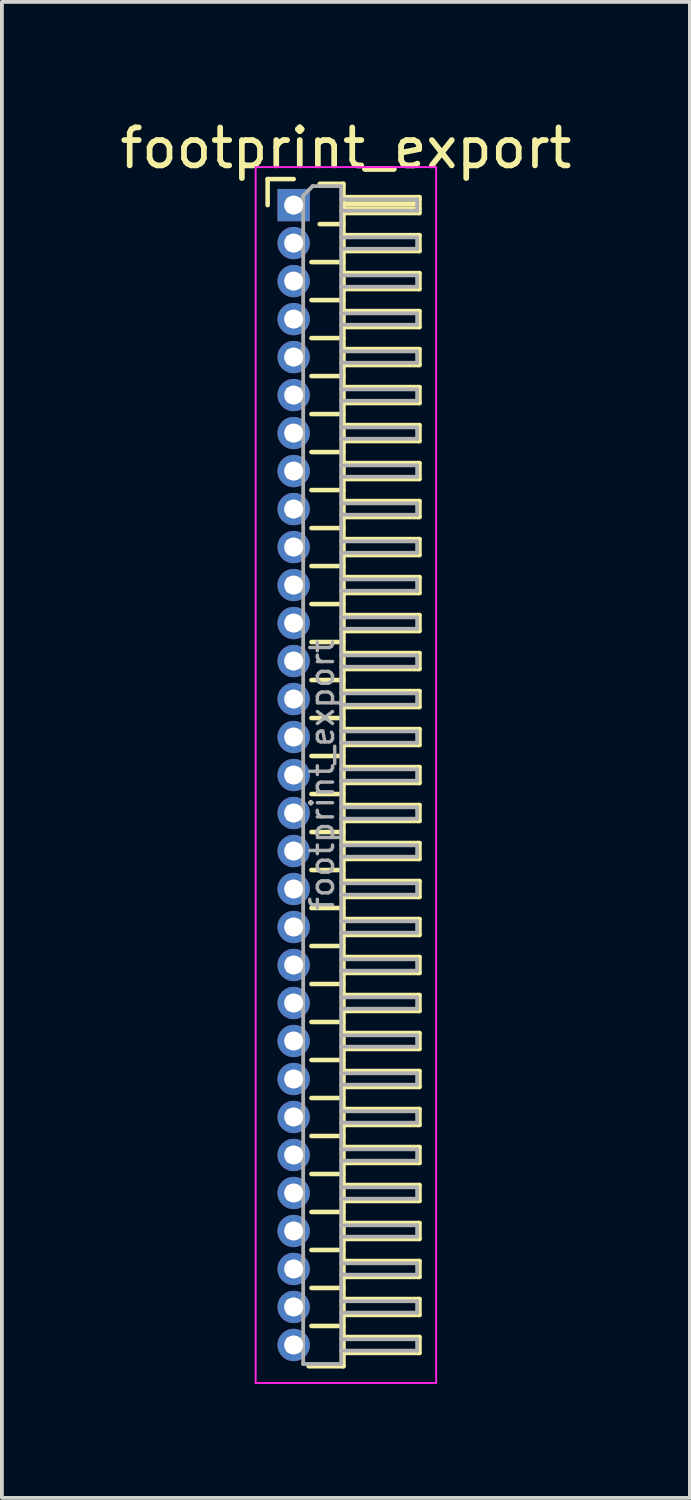
<source format=kicad_pcb>
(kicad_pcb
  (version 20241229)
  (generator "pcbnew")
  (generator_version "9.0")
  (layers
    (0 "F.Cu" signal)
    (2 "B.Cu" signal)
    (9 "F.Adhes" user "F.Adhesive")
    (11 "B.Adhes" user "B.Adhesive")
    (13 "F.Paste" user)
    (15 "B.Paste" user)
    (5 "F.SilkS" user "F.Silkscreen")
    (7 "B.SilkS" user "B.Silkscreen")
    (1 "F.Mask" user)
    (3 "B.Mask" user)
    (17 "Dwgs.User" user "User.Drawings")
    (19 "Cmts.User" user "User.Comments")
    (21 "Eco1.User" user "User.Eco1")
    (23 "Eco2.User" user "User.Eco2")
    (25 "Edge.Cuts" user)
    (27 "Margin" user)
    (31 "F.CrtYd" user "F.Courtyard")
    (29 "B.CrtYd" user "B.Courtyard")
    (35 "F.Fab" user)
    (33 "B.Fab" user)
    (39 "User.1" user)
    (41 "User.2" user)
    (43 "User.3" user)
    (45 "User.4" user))
  (footprint "footprint_export"
    (layer "F.Cu")
    (at 4.679 2.348)
    (property "Reference" "footprint_export" (at 1.375 -1.5 0) (layer "F.SilkS") (effects (font (size 1 1) (thickness 0.15))))
    (attr through_hole)
    (fp_line (start -0.685 -0.685) (end 0 -0.685) (stroke (width 0.12) (type solid)) (layer "F.SilkS"))
    (fp_line (start -0.685 0) (end -0.685 -0.685) (stroke (width 0.12) (type solid)) (layer "F.SilkS"))
    (fp_line (start 0.468 1.5) (end 1.31 1.5) (stroke (width 0.12) (type solid)) (layer "F.SilkS"))
    (fp_line (start 0.468 2.5) (end 1.31 2.5) (stroke (width 0.12) (type solid)) (layer "F.SilkS"))
    (fp_line (start 0.468 3.5) (end 1.31 3.5) (stroke (width 0.12) (type solid)) (layer "F.SilkS"))
    (fp_line (start 0.468 4.5) (end 1.31 4.5) (stroke (width 0.12) (type solid)) (layer "F.SilkS"))
    (fp_line (start 0.468 5.5) (end 1.31 5.5) (stroke (width 0.12) (type solid)) (layer "F.SilkS"))
    (fp_line (start 0.468 6.5) (end 1.31 6.5) (stroke (width 0.12) (type solid)) (layer "F.SilkS"))
    (fp_line (start 0.468 7.5) (end 1.31 7.5) (stroke (width 0.12) (type solid)) (layer "F.SilkS"))
    (fp_line (start 0.468 8.5) (end 1.31 8.5) (stroke (width 0.12) (type solid)) (layer "F.SilkS"))
    (fp_line (start 0.468 9.5) (end 1.31 9.5) (stroke (width 0.12) (type solid)) (layer "F.SilkS"))
    (fp_line (start 0.468 10.5) (end 1.31 10.5) (stroke (width 0.12) (type solid)) (layer "F.SilkS"))
    (fp_line (start 0.468 11.5) (end 1.31 11.5) (stroke (width 0.12) (type solid)) (layer "F.SilkS"))
    (fp_line (start 0.468 12.5) (end 1.31 12.5) (stroke (width 0.12) (type solid)) (layer "F.SilkS"))
    (fp_line (start 0.468 13.5) (end 1.31 13.5) (stroke (width 0.12) (type solid)) (layer "F.SilkS"))
    (fp_line (start 0.468 14.5) (end 1.31 14.5) (stroke (width 0.12) (type solid)) (layer "F.SilkS"))
    (fp_line (start 0.468 15.5) (end 1.31 15.5) (stroke (width 0.12) (type solid)) (layer "F.SilkS"))
    (fp_line (start 0.468 16.5) (end 1.31 16.5) (stroke (width 0.12) (type solid)) (layer "F.SilkS"))
    (fp_line (start 0.468 17.5) (end 1.31 17.5) (stroke (width 0.12) (type solid)) (layer "F.SilkS"))
    (fp_line (start 0.468 18.5) (end 1.31 18.5) (stroke (width 0.12) (type solid)) (layer "F.SilkS"))
    (fp_line (start 0.468 19.5) (end 1.31 19.5) (stroke (width 0.12) (type solid)) (layer "F.SilkS"))
    (fp_line (start 0.468 20.5) (end 1.31 20.5) (stroke (width 0.12) (type solid)) (layer "F.SilkS"))
    (fp_line (start 0.468 21.5) (end 1.31 21.5) (stroke (width 0.12) (type solid)) (layer "F.SilkS"))
    (fp_line (start 0.468 22.5) (end 1.31 22.5) (stroke (width 0.12) (type solid)) (layer "F.SilkS"))
    (fp_line (start 0.468 23.5) (end 1.31 23.5) (stroke (width 0.12) (type solid)) (layer "F.SilkS"))
    (fp_line (start 0.468 24.5) (end 1.31 24.5) (stroke (width 0.12) (type solid)) (layer "F.SilkS"))
    (fp_line (start 0.468 25.5) (end 1.31 25.5) (stroke (width 0.12) (type solid)) (layer "F.SilkS"))
    (fp_line (start 0.468 26.5) (end 1.31 26.5) (stroke (width 0.12) (type solid)) (layer "F.SilkS"))
    (fp_line (start 0.468 27.5) (end 1.31 27.5) (stroke (width 0.12) (type solid)) (layer "F.SilkS"))
    (fp_line (start 0.468 28.5) (end 1.31 28.5) (stroke (width 0.12) (type solid)) (layer "F.SilkS"))
    (fp_line (start 0.468 29.5) (end 1.31 29.5) (stroke (width 0.12) (type solid)) (layer "F.SilkS"))
    (fp_line (start 0.685 -0.56) (end 1.31 -0.56) (stroke (width 0.12) (type solid)) (layer "F.SilkS"))
    (fp_line (start 0.685 0.5) (end 1.31 0.5) (stroke (width 0.12) (type solid)) (layer "F.SilkS"))
    (fp_line (start 1.31 -0.56) (end 1.31 30.56) (stroke (width 0.12) (type solid)) (layer "F.SilkS"))
    (fp_line (start 1.31 -0.21) (end 3.31 -0.21) (stroke (width 0.12) (type solid)) (layer "F.SilkS"))
    (fp_line (start 1.31 -0.15) (end 3.31 -0.15) (stroke (width 0.12) (type solid)) (layer "F.SilkS"))
    (fp_line (start 1.31 -0.03) (end 3.31 -0.03) (stroke (width 0.12) (type solid)) (layer "F.SilkS"))
    (fp_line (start 1.31 0.09) (end 3.31 0.09) (stroke (width 0.12) (type solid)) (layer "F.SilkS"))
    (fp_line (start 1.31 0.79) (end 3.31 0.79) (stroke (width 0.12) (type solid)) (layer "F.SilkS"))
    (fp_line (start 1.31 1.79) (end 3.31 1.79) (stroke (width 0.12) (type solid)) (layer "F.SilkS"))
    (fp_line (start 1.31 2.79) (end 3.31 2.79) (stroke (width 0.12) (type solid)) (layer "F.SilkS"))
    (fp_line (start 1.31 3.79) (end 3.31 3.79) (stroke (width 0.12) (type solid)) (layer "F.SilkS"))
    (fp_line (start 1.31 4.79) (end 3.31 4.79) (stroke (width 0.12) (type solid)) (layer "F.SilkS"))
    (fp_line (start 1.31 5.79) (end 3.31 5.79) (stroke (width 0.12) (type solid)) (layer "F.SilkS"))
    (fp_line (start 1.31 6.79) (end 3.31 6.79) (stroke (width 0.12) (type solid)) (layer "F.SilkS"))
    (fp_line (start 1.31 7.79) (end 3.31 7.79) (stroke (width 0.12) (type solid)) (layer "F.SilkS"))
    (fp_line (start 1.31 8.79) (end 3.31 8.79) (stroke (width 0.12) (type solid)) (layer "F.SilkS"))
    (fp_line (start 1.31 9.79) (end 3.31 9.79) (stroke (width 0.12) (type solid)) (layer "F.SilkS"))
    (fp_line (start 1.31 10.79) (end 3.31 10.79) (stroke (width 0.12) (type solid)) (layer "F.SilkS"))
    (fp_line (start 1.31 11.79) (end 3.31 11.79) (stroke (width 0.12) (type solid)) (layer "F.SilkS"))
    (fp_line (start 1.31 12.79) (end 3.31 12.79) (stroke (width 0.12) (type solid)) (layer "F.SilkS"))
    (fp_line (start 1.31 13.79) (end 3.31 13.79) (stroke (width 0.12) (type solid)) (layer "F.SilkS"))
    (fp_line (start 1.31 14.79) (end 3.31 14.79) (stroke (width 0.12) (type solid)) (layer "F.SilkS"))
    (fp_line (start 1.31 15.79) (end 3.31 15.79) (stroke (width 0.12) (type solid)) (layer "F.SilkS"))
    (fp_line (start 1.31 16.79) (end 3.31 16.79) (stroke (width 0.12) (type solid)) (layer "F.SilkS"))
    (fp_line (start 1.31 17.79) (end 3.31 17.79) (stroke (width 0.12) (type solid)) (layer "F.SilkS"))
    (fp_line (start 1.31 18.79) (end 3.31 18.79) (stroke (width 0.12) (type solid)) (layer "F.SilkS"))
    (fp_line (start 1.31 19.79) (end 3.31 19.79) (stroke (width 0.12) (type solid)) (layer "F.SilkS"))
    (fp_line (start 1.31 20.79) (end 3.31 20.79) (stroke (width 0.12) (type solid)) (layer "F.SilkS"))
    (fp_line (start 1.31 21.79) (end 3.31 21.79) (stroke (width 0.12) (type solid)) (layer "F.SilkS"))
    (fp_line (start 1.31 22.79) (end 3.31 22.79) (stroke (width 0.12) (type solid)) (layer "F.SilkS"))
    (fp_line (start 1.31 23.79) (end 3.31 23.79) (stroke (width 0.12) (type solid)) (layer "F.SilkS"))
    (fp_line (start 1.31 24.79) (end 3.31 24.79) (stroke (width 0.12) (type solid)) (layer "F.SilkS"))
    (fp_line (start 1.31 25.79) (end 3.31 25.79) (stroke (width 0.12) (type solid)) (layer "F.SilkS"))
    (fp_line (start 1.31 26.79) (end 3.31 26.79) (stroke (width 0.12) (type solid)) (layer "F.SilkS"))
    (fp_line (start 1.31 27.79) (end 3.31 27.79) (stroke (width 0.12) (type solid)) (layer "F.SilkS"))
    (fp_line (start 1.31 28.79) (end 3.31 28.79) (stroke (width 0.12) (type solid)) (layer "F.SilkS"))
    (fp_line (start 1.31 29.79) (end 3.31 29.79) (stroke (width 0.12) (type solid)) (layer "F.SilkS"))
    (fp_line (start 1.31 30.56) (end 0.394 30.56) (stroke (width 0.12) (type solid)) (layer "F.SilkS"))
    (fp_line (start 3.31 -0.21) (end 3.31 0.21) (stroke (width 0.12) (type solid)) (layer "F.SilkS"))
    (fp_line (start 3.31 0.21) (end 1.31 0.21) (stroke (width 0.12) (type solid)) (layer "F.SilkS"))
    (fp_line (start 3.31 0.79) (end 3.31 1.21) (stroke (width 0.12) (type solid)) (layer "F.SilkS"))
    (fp_line (start 3.31 1.21) (end 1.31 1.21) (stroke (width 0.12) (type solid)) (layer "F.SilkS"))
    (fp_line (start 3.31 1.79) (end 3.31 2.21) (stroke (width 0.12) (type solid)) (layer "F.SilkS"))
    (fp_line (start 3.31 2.21) (end 1.31 2.21) (stroke (width 0.12) (type solid)) (layer "F.SilkS"))
    (fp_line (start 3.31 2.79) (end 3.31 3.21) (stroke (width 0.12) (type solid)) (layer "F.SilkS"))
    (fp_line (start 3.31 3.21) (end 1.31 3.21) (stroke (width 0.12) (type solid)) (layer "F.SilkS"))
    (fp_line (start 3.31 3.79) (end 3.31 4.21) (stroke (width 0.12) (type solid)) (layer "F.SilkS"))
    (fp_line (start 3.31 4.21) (end 1.31 4.21) (stroke (width 0.12) (type solid)) (layer "F.SilkS"))
    (fp_line (start 3.31 4.79) (end 3.31 5.21) (stroke (width 0.12) (type solid)) (layer "F.SilkS"))
    (fp_line (start 3.31 5.21) (end 1.31 5.21) (stroke (width 0.12) (type solid)) (layer "F.SilkS"))
    (fp_line (start 3.31 5.79) (end 3.31 6.21) (stroke (width 0.12) (type solid)) (layer "F.SilkS"))
    (fp_line (start 3.31 6.21) (end 1.31 6.21) (stroke (width 0.12) (type solid)) (layer "F.SilkS"))
    (fp_line (start 3.31 6.79) (end 3.31 7.21) (stroke (width 0.12) (type solid)) (layer "F.SilkS"))
    (fp_line (start 3.31 7.21) (end 1.31 7.21) (stroke (width 0.12) (type solid)) (layer "F.SilkS"))
    (fp_line (start 3.31 7.79) (end 3.31 8.21) (stroke (width 0.12) (type solid)) (layer "F.SilkS"))
    (fp_line (start 3.31 8.21) (end 1.31 8.21) (stroke (width 0.12) (type solid)) (layer "F.SilkS"))
    (fp_line (start 3.31 8.79) (end 3.31 9.21) (stroke (width 0.12) (type solid)) (layer "F.SilkS"))
    (fp_line (start 3.31 9.21) (end 1.31 9.21) (stroke (width 0.12) (type solid)) (layer "F.SilkS"))
    (fp_line (start 3.31 9.79) (end 3.31 10.21) (stroke (width 0.12) (type solid)) (layer "F.SilkS"))
    (fp_line (start 3.31 10.21) (end 1.31 10.21) (stroke (width 0.12) (type solid)) (layer "F.SilkS"))
    (fp_line (start 3.31 10.79) (end 3.31 11.21) (stroke (width 0.12) (type solid)) (layer "F.SilkS"))
    (fp_line (start 3.31 11.21) (end 1.31 11.21) (stroke (width 0.12) (type solid)) (layer "F.SilkS"))
    (fp_line (start 3.31 11.79) (end 3.31 12.21) (stroke (width 0.12) (type solid)) (layer "F.SilkS"))
    (fp_line (start 3.31 12.21) (end 1.31 12.21) (stroke (width 0.12) (type solid)) (layer "F.SilkS"))
    (fp_line (start 3.31 12.79) (end 3.31 13.21) (stroke (width 0.12) (type solid)) (layer "F.SilkS"))
    (fp_line (start 3.31 13.21) (end 1.31 13.21) (stroke (width 0.12) (type solid)) (layer "F.SilkS"))
    (fp_line (start 3.31 13.79) (end 3.31 14.21) (stroke (width 0.12) (type solid)) (layer "F.SilkS"))
    (fp_line (start 3.31 14.21) (end 1.31 14.21) (stroke (width 0.12) (type solid)) (layer "F.SilkS"))
    (fp_line (start 3.31 14.79) (end 3.31 15.21) (stroke (width 0.12) (type solid)) (layer "F.SilkS"))
    (fp_line (start 3.31 15.21) (end 1.31 15.21) (stroke (width 0.12) (type solid)) (layer "F.SilkS"))
    (fp_line (start 3.31 15.79) (end 3.31 16.21) (stroke (width 0.12) (type solid)) (layer "F.SilkS"))
    (fp_line (start 3.31 16.21) (end 1.31 16.21) (stroke (width 0.12) (type solid)) (layer "F.SilkS"))
    (fp_line (start 3.31 16.79) (end 3.31 17.21) (stroke (width 0.12) (type solid)) (layer "F.SilkS"))
    (fp_line (start 3.31 17.21) (end 1.31 17.21) (stroke (width 0.12) (type solid)) (layer "F.SilkS"))
    (fp_line (start 3.31 17.79) (end 3.31 18.21) (stroke (width 0.12) (type solid)) (layer "F.SilkS"))
    (fp_line (start 3.31 18.21) (end 1.31 18.21) (stroke (width 0.12) (type solid)) (layer "F.SilkS"))
    (fp_line (start 3.31 18.79) (end 3.31 19.21) (stroke (width 0.12) (type solid)) (layer "F.SilkS"))
    (fp_line (start 3.31 19.21) (end 1.31 19.21) (stroke (width 0.12) (type solid)) (layer "F.SilkS"))
    (fp_line (start 3.31 19.79) (end 3.31 20.21) (stroke (width 0.12) (type solid)) (layer "F.SilkS"))
    (fp_line (start 3.31 20.21) (end 1.31 20.21) (stroke (width 0.12) (type solid)) (layer "F.SilkS"))
    (fp_line (start 3.31 20.79) (end 3.31 21.21) (stroke (width 0.12) (type solid)) (layer "F.SilkS"))
    (fp_line (start 3.31 21.21) (end 1.31 21.21) (stroke (width 0.12) (type solid)) (layer "F.SilkS"))
    (fp_line (start 3.31 21.79) (end 3.31 22.21) (stroke (width 0.12) (type solid)) (layer "F.SilkS"))
    (fp_line (start 3.31 22.21) (end 1.31 22.21) (stroke (width 0.12) (type solid)) (layer "F.SilkS"))
    (fp_line (start 3.31 22.79) (end 3.31 23.21) (stroke (width 0.12) (type solid)) (layer "F.SilkS"))
    (fp_line (start 3.31 23.21) (end 1.31 23.21) (stroke (width 0.12) (type solid)) (layer "F.SilkS"))
    (fp_line (start 3.31 23.79) (end 3.31 24.21) (stroke (width 0.12) (type solid)) (layer "F.SilkS"))
    (fp_line (start 3.31 24.21) (end 1.31 24.21) (stroke (width 0.12) (type solid)) (layer "F.SilkS"))
    (fp_line (start 3.31 24.79) (end 3.31 25.21) (stroke (width 0.12) (type solid)) (layer "F.SilkS"))
    (fp_line (start 3.31 25.21) (end 1.31 25.21) (stroke (width 0.12) (type solid)) (layer "F.SilkS"))
    (fp_line (start 3.31 25.79) (end 3.31 26.21) (stroke (width 0.12) (type solid)) (layer "F.SilkS"))
    (fp_line (start 3.31 26.21) (end 1.31 26.21) (stroke (width 0.12) (type solid)) (layer "F.SilkS"))
    (fp_line (start 3.31 26.79) (end 3.31 27.21) (stroke (width 0.12) (type solid)) (layer "F.SilkS"))
    (fp_line (start 3.31 27.21) (end 1.31 27.21) (stroke (width 0.12) (type solid)) (layer "F.SilkS"))
    (fp_line (start 3.31 27.79) (end 3.31 28.21) (stroke (width 0.12) (type solid)) (layer "F.SilkS"))
    (fp_line (start 3.31 28.21) (end 1.31 28.21) (stroke (width 0.12) (type solid)) (layer "F.SilkS"))
    (fp_line (start 3.31 28.79) (end 3.31 29.21) (stroke (width 0.12) (type solid)) (layer "F.SilkS"))
    (fp_line (start 3.31 29.21) (end 1.31 29.21) (stroke (width 0.12) (type solid)) (layer "F.SilkS"))
    (fp_line (start 3.31 29.79) (end 3.31 30.21) (stroke (width 0.12) (type solid)) (layer "F.SilkS"))
    (fp_line (start 3.31 30.21) (end 1.31 30.21) (stroke (width 0.12) (type solid)) (layer "F.SilkS"))
    (fp_line (start -1 -1) (end -1 31) (stroke (width 0.05) (type solid)) (layer "F.CrtYd"))
    (fp_line (start -1 31) (end 3.75 31) (stroke (width 0.05) (type solid)) (layer "F.CrtYd"))
    (fp_line (start 3.75 -1) (end -1 -1) (stroke (width 0.05) (type solid)) (layer "F.CrtYd"))
    (fp_line (start 3.75 31) (end 3.75 -1) (stroke (width 0.05) (type solid)) (layer "F.CrtYd"))
    (fp_line (start -0.15 -0.15) (end -0.15 0.15) (stroke (width 0.1) (type solid)) (layer "F.Fab"))
    (fp_line (start -0.15 -0.15) (end 0.25 -0.15) (stroke (width 0.1) (type solid)) (layer "F.Fab"))
    (fp_line (start -0.15 0.15) (end 0.25 0.15) (stroke (width 0.1) (type solid)) (layer "F.Fab"))
    (fp_line (start -0.15 0.85) (end -0.15 1.15) (stroke (width 0.1) (type solid)) (layer "F.Fab"))
    (fp_line (start -0.15 0.85) (end 0.25 0.85) (stroke (width 0.1) (type solid)) (layer "F.Fab"))
    (fp_line (start -0.15 1.15) (end 0.25 1.15) (stroke (width 0.1) (type solid)) (layer "F.Fab"))
    (fp_line (start -0.15 1.85) (end -0.15 2.15) (stroke (width 0.1) (type solid)) (layer "F.Fab"))
    (fp_line (start -0.15 1.85) (end 0.25 1.85) (stroke (width 0.1) (type solid)) (layer "F.Fab"))
    (fp_line (start -0.15 2.15) (end 0.25 2.15) (stroke (width 0.1) (type solid)) (layer "F.Fab"))
    (fp_line (start -0.15 2.85) (end -0.15 3.15) (stroke (width 0.1) (type solid)) (layer "F.Fab"))
    (fp_line (start -0.15 2.85) (end 0.25 2.85) (stroke (width 0.1) (type solid)) (layer "F.Fab"))
    (fp_line (start -0.15 3.15) (end 0.25 3.15) (stroke (width 0.1) (type solid)) (layer "F.Fab"))
    (fp_line (start -0.15 3.85) (end -0.15 4.15) (stroke (width 0.1) (type solid)) (layer "F.Fab"))
    (fp_line (start -0.15 3.85) (end 0.25 3.85) (stroke (width 0.1) (type solid)) (layer "F.Fab"))
    (fp_line (start -0.15 4.15) (end 0.25 4.15) (stroke (width 0.1) (type solid)) (layer "F.Fab"))
    (fp_line (start -0.15 4.85) (end -0.15 5.15) (stroke (width 0.1) (type solid)) (layer "F.Fab"))
    (fp_line (start -0.15 4.85) (end 0.25 4.85) (stroke (width 0.1) (type solid)) (layer "F.Fab"))
    (fp_line (start -0.15 5.15) (end 0.25 5.15) (stroke (width 0.1) (type solid)) (layer "F.Fab"))
    (fp_line (start -0.15 5.85) (end -0.15 6.15) (stroke (width 0.1) (type solid)) (layer "F.Fab"))
    (fp_line (start -0.15 5.85) (end 0.25 5.85) (stroke (width 0.1) (type solid)) (layer "F.Fab"))
    (fp_line (start -0.15 6.15) (end 0.25 6.15) (stroke (width 0.1) (type solid)) (layer "F.Fab"))
    (fp_line (start -0.15 6.85) (end -0.15 7.15) (stroke (width 0.1) (type solid)) (layer "F.Fab"))
    (fp_line (start -0.15 6.85) (end 0.25 6.85) (stroke (width 0.1) (type solid)) (layer "F.Fab"))
    (fp_line (start -0.15 7.15) (end 0.25 7.15) (stroke (width 0.1) (type solid)) (layer "F.Fab"))
    (fp_line (start -0.15 7.85) (end -0.15 8.15) (stroke (width 0.1) (type solid)) (layer "F.Fab"))
    (fp_line (start -0.15 7.85) (end 0.25 7.85) (stroke (width 0.1) (type solid)) (layer "F.Fab"))
    (fp_line (start -0.15 8.15) (end 0.25 8.15) (stroke (width 0.1) (type solid)) (layer "F.Fab"))
    (fp_line (start -0.15 8.85) (end -0.15 9.15) (stroke (width 0.1) (type solid)) (layer "F.Fab"))
    (fp_line (start -0.15 8.85) (end 0.25 8.85) (stroke (width 0.1) (type solid)) (layer "F.Fab"))
    (fp_line (start -0.15 9.15) (end 0.25 9.15) (stroke (width 0.1) (type solid)) (layer "F.Fab"))
    (fp_line (start -0.15 9.85) (end -0.15 10.15) (stroke (width 0.1) (type solid)) (layer "F.Fab"))
    (fp_line (start -0.15 9.85) (end 0.25 9.85) (stroke (width 0.1) (type solid)) (layer "F.Fab"))
    (fp_line (start -0.15 10.15) (end 0.25 10.15) (stroke (width 0.1) (type solid)) (layer "F.Fab"))
    (fp_line (start -0.15 10.85) (end -0.15 11.15) (stroke (width 0.1) (type solid)) (layer "F.Fab"))
    (fp_line (start -0.15 10.85) (end 0.25 10.85) (stroke (width 0.1) (type solid)) (layer "F.Fab"))
    (fp_line (start -0.15 11.15) (end 0.25 11.15) (stroke (width 0.1) (type solid)) (layer "F.Fab"))
    (fp_line (start -0.15 11.85) (end -0.15 12.15) (stroke (width 0.1) (type solid)) (layer "F.Fab"))
    (fp_line (start -0.15 11.85) (end 0.25 11.85) (stroke (width 0.1) (type solid)) (layer "F.Fab"))
    (fp_line (start -0.15 12.15) (end 0.25 12.15) (stroke (width 0.1) (type solid)) (layer "F.Fab"))
    (fp_line (start -0.15 12.85) (end -0.15 13.15) (stroke (width 0.1) (type solid)) (layer "F.Fab"))
    (fp_line (start -0.15 12.85) (end 0.25 12.85) (stroke (width 0.1) (type solid)) (layer "F.Fab"))
    (fp_line (start -0.15 13.15) (end 0.25 13.15) (stroke (width 0.1) (type solid)) (layer "F.Fab"))
    (fp_line (start -0.15 13.85) (end -0.15 14.15) (stroke (width 0.1) (type solid)) (layer "F.Fab"))
    (fp_line (start -0.15 13.85) (end 0.25 13.85) (stroke (width 0.1) (type solid)) (layer "F.Fab"))
    (fp_line (start -0.15 14.15) (end 0.25 14.15) (stroke (width 0.1) (type solid)) (layer "F.Fab"))
    (fp_line (start -0.15 14.85) (end -0.15 15.15) (stroke (width 0.1) (type solid)) (layer "F.Fab"))
    (fp_line (start -0.15 14.85) (end 0.25 14.85) (stroke (width 0.1) (type solid)) (layer "F.Fab"))
    (fp_line (start -0.15 15.15) (end 0.25 15.15) (stroke (width 0.1) (type solid)) (layer "F.Fab"))
    (fp_line (start -0.15 15.85) (end -0.15 16.15) (stroke (width 0.1) (type solid)) (layer "F.Fab"))
    (fp_line (start -0.15 15.85) (end 0.25 15.85) (stroke (width 0.1) (type solid)) (layer "F.Fab"))
    (fp_line (start -0.15 16.15) (end 0.25 16.15) (stroke (width 0.1) (type solid)) (layer "F.Fab"))
    (fp_line (start -0.15 16.85) (end -0.15 17.15) (stroke (width 0.1) (type solid)) (layer "F.Fab"))
    (fp_line (start -0.15 16.85) (end 0.25 16.85) (stroke (width 0.1) (type solid)) (layer "F.Fab"))
    (fp_line (start -0.15 17.15) (end 0.25 17.15) (stroke (width 0.1) (type solid)) (layer "F.Fab"))
    (fp_line (start -0.15 17.85) (end -0.15 18.15) (stroke (width 0.1) (type solid)) (layer "F.Fab"))
    (fp_line (start -0.15 17.85) (end 0.25 17.85) (stroke (width 0.1) (type solid)) (layer "F.Fab"))
    (fp_line (start -0.15 18.15) (end 0.25 18.15) (stroke (width 0.1) (type solid)) (layer "F.Fab"))
    (fp_line (start -0.15 18.85) (end -0.15 19.15) (stroke (width 0.1) (type solid)) (layer "F.Fab"))
    (fp_line (start -0.15 18.85) (end 0.25 18.85) (stroke (width 0.1) (type solid)) (layer "F.Fab"))
    (fp_line (start -0.15 19.15) (end 0.25 19.15) (stroke (width 0.1) (type solid)) (layer "F.Fab"))
    (fp_line (start -0.15 19.85) (end -0.15 20.15) (stroke (width 0.1) (type solid)) (layer "F.Fab"))
    (fp_line (start -0.15 19.85) (end 0.25 19.85) (stroke (width 0.1) (type solid)) (layer "F.Fab"))
    (fp_line (start -0.15 20.15) (end 0.25 20.15) (stroke (width 0.1) (type solid)) (layer "F.Fab"))
    (fp_line (start -0.15 20.85) (end -0.15 21.15) (stroke (width 0.1) (type solid)) (layer "F.Fab"))
    (fp_line (start -0.15 20.85) (end 0.25 20.85) (stroke (width 0.1) (type solid)) (layer "F.Fab"))
    (fp_line (start -0.15 21.15) (end 0.25 21.15) (stroke (width 0.1) (type solid)) (layer "F.Fab"))
    (fp_line (start -0.15 21.85) (end -0.15 22.15) (stroke (width 0.1) (type solid)) (layer "F.Fab"))
    (fp_line (start -0.15 21.85) (end 0.25 21.85) (stroke (width 0.1) (type solid)) (layer "F.Fab"))
    (fp_line (start -0.15 22.15) (end 0.25 22.15) (stroke (width 0.1) (type solid)) (layer "F.Fab"))
    (fp_line (start -0.15 22.85) (end -0.15 23.15) (stroke (width 0.1) (type solid)) (layer "F.Fab"))
    (fp_line (start -0.15 22.85) (end 0.25 22.85) (stroke (width 0.1) (type solid)) (layer "F.Fab"))
    (fp_line (start -0.15 23.15) (end 0.25 23.15) (stroke (width 0.1) (type solid)) (layer "F.Fab"))
    (fp_line (start -0.15 23.85) (end -0.15 24.15) (stroke (width 0.1) (type solid)) (layer "F.Fab"))
    (fp_line (start -0.15 23.85) (end 0.25 23.85) (stroke (width 0.1) (type solid)) (layer "F.Fab"))
    (fp_line (start -0.15 24.15) (end 0.25 24.15) (stroke (width 0.1) (type solid)) (layer "F.Fab"))
    (fp_line (start -0.15 24.85) (end -0.15 25.15) (stroke (width 0.1) (type solid)) (layer "F.Fab"))
    (fp_line (start -0.15 24.85) (end 0.25 24.85) (stroke (width 0.1) (type solid)) (layer "F.Fab"))
    (fp_line (start -0.15 25.15) (end 0.25 25.15) (stroke (width 0.1) (type solid)) (layer "F.Fab"))
    (fp_line (start -0.15 25.85) (end -0.15 26.15) (stroke (width 0.1) (type solid)) (layer "F.Fab"))
    (fp_line (start -0.15 25.85) (end 0.25 25.85) (stroke (width 0.1) (type solid)) (layer "F.Fab"))
    (fp_line (start -0.15 26.15) (end 0.25 26.15) (stroke (width 0.1) (type solid)) (layer "F.Fab"))
    (fp_line (start -0.15 26.85) (end -0.15 27.15) (stroke (width 0.1) (type solid)) (layer "F.Fab"))
    (fp_line (start -0.15 26.85) (end 0.25 26.85) (stroke (width 0.1) (type solid)) (layer "F.Fab"))
    (fp_line (start -0.15 27.15) (end 0.25 27.15) (stroke (width 0.1) (type solid)) (layer "F.Fab"))
    (fp_line (start -0.15 27.85) (end -0.15 28.15) (stroke (width 0.1) (type solid)) (layer "F.Fab"))
    (fp_line (start -0.15 27.85) (end 0.25 27.85) (stroke (width 0.1) (type solid)) (layer "F.Fab"))
    (fp_line (start -0.15 28.15) (end 0.25 28.15) (stroke (width 0.1) (type solid)) (layer "F.Fab"))
    (fp_line (start -0.15 28.85) (end -0.15 29.15) (stroke (width 0.1) (type solid)) (layer "F.Fab"))
    (fp_line (start -0.15 28.85) (end 0.25 28.85) (stroke (width 0.1) (type solid)) (layer "F.Fab"))
    (fp_line (start -0.15 29.15) (end 0.25 29.15) (stroke (width 0.1) (type solid)) (layer "F.Fab"))
    (fp_line (start -0.15 29.85) (end -0.15 30.15) (stroke (width 0.1) (type solid)) (layer "F.Fab"))
    (fp_line (start -0.15 29.85) (end 0.25 29.85) (stroke (width 0.1) (type solid)) (layer "F.Fab"))
    (fp_line (start -0.15 30.15) (end 0.25 30.15) (stroke (width 0.1) (type solid)) (layer "F.Fab"))
    (fp_line (start 0.25 -0.25) (end 0.5 -0.5) (stroke (width 0.1) (type solid)) (layer "F.Fab"))
    (fp_line (start 0.25 30.5) (end 0.25 -0.25) (stroke (width 0.1) (type solid)) (layer "F.Fab"))
    (fp_line (start 0.5 -0.5) (end 1.25 -0.5) (stroke (width 0.1) (type solid)) (layer "F.Fab"))
    (fp_line (start 1.25 -0.5) (end 1.25 30.5) (stroke (width 0.1) (type solid)) (layer "F.Fab"))
    (fp_line (start 1.25 -0.15) (end 3.25 -0.15) (stroke (width 0.1) (type solid)) (layer "F.Fab"))
    (fp_line (start 1.25 0.15) (end 3.25 0.15) (stroke (width 0.1) (type solid)) (layer "F.Fab"))
    (fp_line (start 1.25 0.85) (end 3.25 0.85) (stroke (width 0.1) (type solid)) (layer "F.Fab"))
    (fp_line (start 1.25 1.15) (end 3.25 1.15) (stroke (width 0.1) (type solid)) (layer "F.Fab"))
    (fp_line (start 1.25 1.85) (end 3.25 1.85) (stroke (width 0.1) (type solid)) (layer "F.Fab"))
    (fp_line (start 1.25 2.15) (end 3.25 2.15) (stroke (width 0.1) (type solid)) (layer "F.Fab"))
    (fp_line (start 1.25 2.85) (end 3.25 2.85) (stroke (width 0.1) (type solid)) (layer "F.Fab"))
    (fp_line (start 1.25 3.15) (end 3.25 3.15) (stroke (width 0.1) (type solid)) (layer "F.Fab"))
    (fp_line (start 1.25 3.85) (end 3.25 3.85) (stroke (width 0.1) (type solid)) (layer "F.Fab"))
    (fp_line (start 1.25 4.15) (end 3.25 4.15) (stroke (width 0.1) (type solid)) (layer "F.Fab"))
    (fp_line (start 1.25 4.85) (end 3.25 4.85) (stroke (width 0.1) (type solid)) (layer "F.Fab"))
    (fp_line (start 1.25 5.15) (end 3.25 5.15) (stroke (width 0.1) (type solid)) (layer "F.Fab"))
    (fp_line (start 1.25 5.85) (end 3.25 5.85) (stroke (width 0.1) (type solid)) (layer "F.Fab"))
    (fp_line (start 1.25 6.15) (end 3.25 6.15) (stroke (width 0.1) (type solid)) (layer "F.Fab"))
    (fp_line (start 1.25 6.85) (end 3.25 6.85) (stroke (width 0.1) (type solid)) (layer "F.Fab"))
    (fp_line (start 1.25 7.15) (end 3.25 7.15) (stroke (width 0.1) (type solid)) (layer "F.Fab"))
    (fp_line (start 1.25 7.85) (end 3.25 7.85) (stroke (width 0.1) (type solid)) (layer "F.Fab"))
    (fp_line (start 1.25 8.15) (end 3.25 8.15) (stroke (width 0.1) (type solid)) (layer "F.Fab"))
    (fp_line (start 1.25 8.85) (end 3.25 8.85) (stroke (width 0.1) (type solid)) (layer "F.Fab"))
    (fp_line (start 1.25 9.15) (end 3.25 9.15) (stroke (width 0.1) (type solid)) (layer "F.Fab"))
    (fp_line (start 1.25 9.85) (end 3.25 9.85) (stroke (width 0.1) (type solid)) (layer "F.Fab"))
    (fp_line (start 1.25 10.15) (end 3.25 10.15) (stroke (width 0.1) (type solid)) (layer "F.Fab"))
    (fp_line (start 1.25 10.85) (end 3.25 10.85) (stroke (width 0.1) (type solid)) (layer "F.Fab"))
    (fp_line (start 1.25 11.15) (end 3.25 11.15) (stroke (width 0.1) (type solid)) (layer "F.Fab"))
    (fp_line (start 1.25 11.85) (end 3.25 11.85) (stroke (width 0.1) (type solid)) (layer "F.Fab"))
    (fp_line (start 1.25 12.15) (end 3.25 12.15) (stroke (width 0.1) (type solid)) (layer "F.Fab"))
    (fp_line (start 1.25 12.85) (end 3.25 12.85) (stroke (width 0.1) (type solid)) (layer "F.Fab"))
    (fp_line (start 1.25 13.15) (end 3.25 13.15) (stroke (width 0.1) (type solid)) (layer "F.Fab"))
    (fp_line (start 1.25 13.85) (end 3.25 13.85) (stroke (width 0.1) (type solid)) (layer "F.Fab"))
    (fp_line (start 1.25 14.15) (end 3.25 14.15) (stroke (width 0.1) (type solid)) (layer "F.Fab"))
    (fp_line (start 1.25 14.85) (end 3.25 14.85) (stroke (width 0.1) (type solid)) (layer "F.Fab"))
    (fp_line (start 1.25 15.15) (end 3.25 15.15) (stroke (width 0.1) (type solid)) (layer "F.Fab"))
    (fp_line (start 1.25 15.85) (end 3.25 15.85) (stroke (width 0.1) (type solid)) (layer "F.Fab"))
    (fp_line (start 1.25 16.15) (end 3.25 16.15) (stroke (width 0.1) (type solid)) (layer "F.Fab"))
    (fp_line (start 1.25 16.85) (end 3.25 16.85) (stroke (width 0.1) (type solid)) (layer "F.Fab"))
    (fp_line (start 1.25 17.15) (end 3.25 17.15) (stroke (width 0.1) (type solid)) (layer "F.Fab"))
    (fp_line (start 1.25 17.85) (end 3.25 17.85) (stroke (width 0.1) (type solid)) (layer "F.Fab"))
    (fp_line (start 1.25 18.15) (end 3.25 18.15) (stroke (width 0.1) (type solid)) (layer "F.Fab"))
    (fp_line (start 1.25 18.85) (end 3.25 18.85) (stroke (width 0.1) (type solid)) (layer "F.Fab"))
    (fp_line (start 1.25 19.15) (end 3.25 19.15) (stroke (width 0.1) (type solid)) (layer "F.Fab"))
    (fp_line (start 1.25 19.85) (end 3.25 19.85) (stroke (width 0.1) (type solid)) (layer "F.Fab"))
    (fp_line (start 1.25 20.15) (end 3.25 20.15) (stroke (width 0.1) (type solid)) (layer "F.Fab"))
    (fp_line (start 1.25 20.85) (end 3.25 20.85) (stroke (width 0.1) (type solid)) (layer "F.Fab"))
    (fp_line (start 1.25 21.15) (end 3.25 21.15) (stroke (width 0.1) (type solid)) (layer "F.Fab"))
    (fp_line (start 1.25 21.85) (end 3.25 21.85) (stroke (width 0.1) (type solid)) (layer "F.Fab"))
    (fp_line (start 1.25 22.15) (end 3.25 22.15) (stroke (width 0.1) (type solid)) (layer "F.Fab"))
    (fp_line (start 1.25 22.85) (end 3.25 22.85) (stroke (width 0.1) (type solid)) (layer "F.Fab"))
    (fp_line (start 1.25 23.15) (end 3.25 23.15) (stroke (width 0.1) (type solid)) (layer "F.Fab"))
    (fp_line (start 1.25 23.85) (end 3.25 23.85) (stroke (width 0.1) (type solid)) (layer "F.Fab"))
    (fp_line (start 1.25 24.15) (end 3.25 24.15) (stroke (width 0.1) (type solid)) (layer "F.Fab"))
    (fp_line (start 1.25 24.85) (end 3.25 24.85) (stroke (width 0.1) (type solid)) (layer "F.Fab"))
    (fp_line (start 1.25 25.15) (end 3.25 25.15) (stroke (width 0.1) (type solid)) (layer "F.Fab"))
    (fp_line (start 1.25 25.85) (end 3.25 25.85) (stroke (width 0.1) (type solid)) (layer "F.Fab"))
    (fp_line (start 1.25 26.15) (end 3.25 26.15) (stroke (width 0.1) (type solid)) (layer "F.Fab"))
    (fp_line (start 1.25 26.85) (end 3.25 26.85) (stroke (width 0.1) (type solid)) (layer "F.Fab"))
    (fp_line (start 1.25 27.15) (end 3.25 27.15) (stroke (width 0.1) (type solid)) (layer "F.Fab"))
    (fp_line (start 1.25 27.85) (end 3.25 27.85) (stroke (width 0.1) (type solid)) (layer "F.Fab"))
    (fp_line (start 1.25 28.15) (end 3.25 28.15) (stroke (width 0.1) (type solid)) (layer "F.Fab"))
    (fp_line (start 1.25 28.85) (end 3.25 28.85) (stroke (width 0.1) (type solid)) (layer "F.Fab"))
    (fp_line (start 1.25 29.15) (end 3.25 29.15) (stroke (width 0.1) (type solid)) (layer "F.Fab"))
    (fp_line (start 1.25 29.85) (end 3.25 29.85) (stroke (width 0.1) (type solid)) (layer "F.Fab"))
    (fp_line (start 1.25 30.15) (end 3.25 30.15) (stroke (width 0.1) (type solid)) (layer "F.Fab"))
    (fp_line (start 1.25 30.5) (end 0.25 30.5) (stroke (width 0.1) (type solid)) (layer "F.Fab"))
    (fp_line (start 3.25 -0.15) (end 3.25 0.15) (stroke (width 0.1) (type solid)) (layer "F.Fab"))
    (fp_line (start 3.25 0.85) (end 3.25 1.15) (stroke (width 0.1) (type solid)) (layer "F.Fab"))
    (fp_line (start 3.25 1.85) (end 3.25 2.15) (stroke (width 0.1) (type solid)) (layer "F.Fab"))
    (fp_line (start 3.25 2.85) (end 3.25 3.15) (stroke (width 0.1) (type solid)) (layer "F.Fab"))
    (fp_line (start 3.25 3.85) (end 3.25 4.15) (stroke (width 0.1) (type solid)) (layer "F.Fab"))
    (fp_line (start 3.25 4.85) (end 3.25 5.15) (stroke (width 0.1) (type solid)) (layer "F.Fab"))
    (fp_line (start 3.25 5.85) (end 3.25 6.15) (stroke (width 0.1) (type solid)) (layer "F.Fab"))
    (fp_line (start 3.25 6.85) (end 3.25 7.15) (stroke (width 0.1) (type solid)) (layer "F.Fab"))
    (fp_line (start 3.25 7.85) (end 3.25 8.15) (stroke (width 0.1) (type solid)) (layer "F.Fab"))
    (fp_line (start 3.25 8.85) (end 3.25 9.15) (stroke (width 0.1) (type solid)) (layer "F.Fab"))
    (fp_line (start 3.25 9.85) (end 3.25 10.15) (stroke (width 0.1) (type solid)) (layer "F.Fab"))
    (fp_line (start 3.25 10.85) (end 3.25 11.15) (stroke (width 0.1) (type solid)) (layer "F.Fab"))
    (fp_line (start 3.25 11.85) (end 3.25 12.15) (stroke (width 0.1) (type solid)) (layer "F.Fab"))
    (fp_line (start 3.25 12.85) (end 3.25 13.15) (stroke (width 0.1) (type solid)) (layer "F.Fab"))
    (fp_line (start 3.25 13.85) (end 3.25 14.15) (stroke (width 0.1) (type solid)) (layer "F.Fab"))
    (fp_line (start 3.25 14.85) (end 3.25 15.15) (stroke (width 0.1) (type solid)) (layer "F.Fab"))
    (fp_line (start 3.25 15.85) (end 3.25 16.15) (stroke (width 0.1) (type solid)) (layer "F.Fab"))
    (fp_line (start 3.25 16.85) (end 3.25 17.15) (stroke (width 0.1) (type solid)) (layer "F.Fab"))
    (fp_line (start 3.25 17.85) (end 3.25 18.15) (stroke (width 0.1) (type solid)) (layer "F.Fab"))
    (fp_line (start 3.25 18.85) (end 3.25 19.15) (stroke (width 0.1) (type solid)) (layer "F.Fab"))
    (fp_line (start 3.25 19.85) (end 3.25 20.15) (stroke (width 0.1) (type solid)) (layer "F.Fab"))
    (fp_line (start 3.25 20.85) (end 3.25 21.15) (stroke (width 0.1) (type solid)) (layer "F.Fab"))
    (fp_line (start 3.25 21.85) (end 3.25 22.15) (stroke (width 0.1) (type solid)) (layer "F.Fab"))
    (fp_line (start 3.25 22.85) (end 3.25 23.15) (stroke (width 0.1) (type solid)) (layer "F.Fab"))
    (fp_line (start 3.25 23.85) (end 3.25 24.15) (stroke (width 0.1) (type solid)) (layer "F.Fab"))
    (fp_line (start 3.25 24.85) (end 3.25 25.15) (stroke (width 0.1) (type solid)) (layer "F.Fab"))
    (fp_line (start 3.25 25.85) (end 3.25 26.15) (stroke (width 0.1) (type solid)) (layer "F.Fab"))
    (fp_line (start 3.25 26.85) (end 3.25 27.15) (stroke (width 0.1) (type solid)) (layer "F.Fab"))
    (fp_line (start 3.25 27.85) (end 3.25 28.15) (stroke (width 0.1) (type solid)) (layer "F.Fab"))
    (fp_line (start 3.25 28.85) (end 3.25 29.15) (stroke (width 0.1) (type solid)) (layer "F.Fab"))
    (fp_line (start 3.25 29.85) (end 3.25 30.15) (stroke (width 0.1) (type solid)) (layer "F.Fab"))
    (fp_text user "${REFERENCE}" (at 0.75 15 90) (layer "F.Fab") (effects (font (size 0.6 0.6) (thickness 0.09))))
    (pad "1" thru_hole rect (at 0 0) (size 0.85 0.85) (drill 0.5) (layers "*.Cu" "*.Mask"))
    (pad "2" thru_hole oval (at 0 1) (size 0.85 0.85) (drill 0.5) (layers "*.Cu" "*.Mask"))
    (pad "3" thru_hole oval (at 0 2) (size 0.85 0.85) (drill 0.5) (layers "*.Cu" "*.Mask"))
    (pad "4" thru_hole oval (at 0 3) (size 0.85 0.85) (drill 0.5) (layers "*.Cu" "*.Mask"))
    (pad "5" thru_hole oval (at 0 4) (size 0.85 0.85) (drill 0.5) (layers "*.Cu" "*.Mask"))
    (pad "6" thru_hole oval (at 0 5) (size 0.85 0.85) (drill 0.5) (layers "*.Cu" "*.Mask"))
    (pad "7" thru_hole oval (at 0 6) (size 0.85 0.85) (drill 0.5) (layers "*.Cu" "*.Mask"))
    (pad "8" thru_hole oval (at 0 7) (size 0.85 0.85) (drill 0.5) (layers "*.Cu" "*.Mask"))
    (pad "9" thru_hole oval (at 0 8) (size 0.85 0.85) (drill 0.5) (layers "*.Cu" "*.Mask"))
    (pad "10" thru_hole oval (at 0 9) (size 0.85 0.85) (drill 0.5) (layers "*.Cu" "*.Mask"))
    (pad "11" thru_hole oval (at 0 10) (size 0.85 0.85) (drill 0.5) (layers "*.Cu" "*.Mask"))
    (pad "12" thru_hole oval (at 0 11) (size 0.85 0.85) (drill 0.5) (layers "*.Cu" "*.Mask"))
    (pad "13" thru_hole oval (at 0 12) (size 0.85 0.85) (drill 0.5) (layers "*.Cu" "*.Mask"))
    (pad "14" thru_hole oval (at 0 13) (size 0.85 0.85) (drill 0.5) (layers "*.Cu" "*.Mask"))
    (pad "15" thru_hole oval (at 0 14) (size 0.85 0.85) (drill 0.5) (layers "*.Cu" "*.Mask"))
    (pad "16" thru_hole oval (at 0 15) (size 0.85 0.85) (drill 0.5) (layers "*.Cu" "*.Mask"))
    (pad "17" thru_hole oval (at 0 16) (size 0.85 0.85) (drill 0.5) (layers "*.Cu" "*.Mask"))
    (pad "18" thru_hole oval (at 0 17) (size 0.85 0.85) (drill 0.5) (layers "*.Cu" "*.Mask"))
    (pad "19" thru_hole oval (at 0 18) (size 0.85 0.85) (drill 0.5) (layers "*.Cu" "*.Mask"))
    (pad "20" thru_hole oval (at 0 19) (size 0.85 0.85) (drill 0.5) (layers "*.Cu" "*.Mask"))
    (pad "21" thru_hole oval (at 0 20) (size 0.85 0.85) (drill 0.5) (layers "*.Cu" "*.Mask"))
    (pad "22" thru_hole oval (at 0 21) (size 0.85 0.85) (drill 0.5) (layers "*.Cu" "*.Mask"))
    (pad "23" thru_hole oval (at 0 22) (size 0.85 0.85) (drill 0.5) (layers "*.Cu" "*.Mask"))
    (pad "24" thru_hole oval (at 0 23) (size 0.85 0.85) (drill 0.5) (layers "*.Cu" "*.Mask"))
    (pad "25" thru_hole oval (at 0 24) (size 0.85 0.85) (drill 0.5) (layers "*.Cu" "*.Mask"))
    (pad "26" thru_hole oval (at 0 25) (size 0.85 0.85) (drill 0.5) (layers "*.Cu" "*.Mask"))
    (pad "27" thru_hole oval (at 0 26) (size 0.85 0.85) (drill 0.5) (layers "*.Cu" "*.Mask"))
    (pad "28" thru_hole oval (at 0 27) (size 0.85 0.85) (drill 0.5) (layers "*.Cu" "*.Mask"))
    (pad "29" thru_hole oval (at 0 28) (size 0.85 0.85) (drill 0.5) (layers "*.Cu" "*.Mask"))
    (pad "30" thru_hole oval (at 0 29) (size 0.85 0.85) (drill 0.5) (layers "*.Cu" "*.Mask"))
    (pad "31" thru_hole oval (at 0 30) (size 0.85 0.85) (drill 0.5) (layers "*.Cu" "*.Mask")))
  (gr_rect
    (start -3 -3)
    (end 15.107 36.373)
    (stroke (width 0.1) (type default))
    (fill no)
    (layer "Edge.Cuts")))
</source>
